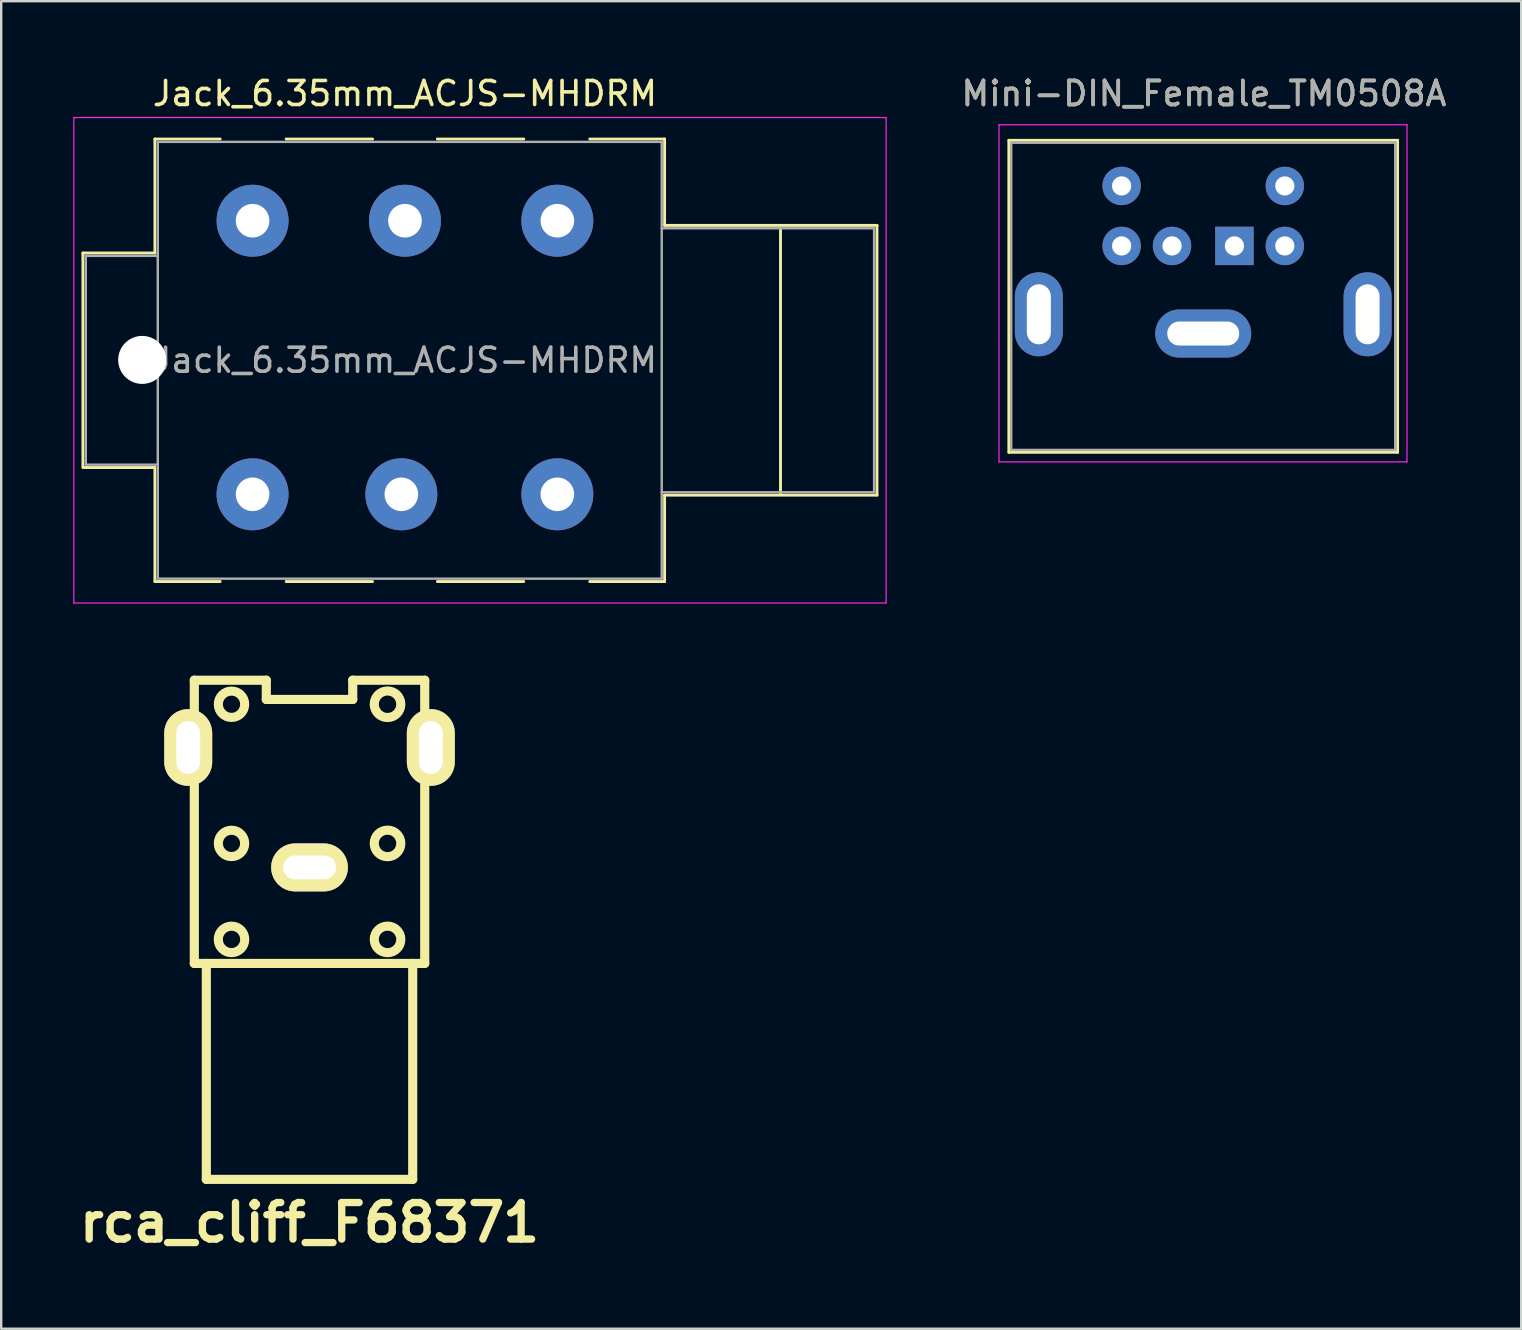
<source format=kicad_pcb>
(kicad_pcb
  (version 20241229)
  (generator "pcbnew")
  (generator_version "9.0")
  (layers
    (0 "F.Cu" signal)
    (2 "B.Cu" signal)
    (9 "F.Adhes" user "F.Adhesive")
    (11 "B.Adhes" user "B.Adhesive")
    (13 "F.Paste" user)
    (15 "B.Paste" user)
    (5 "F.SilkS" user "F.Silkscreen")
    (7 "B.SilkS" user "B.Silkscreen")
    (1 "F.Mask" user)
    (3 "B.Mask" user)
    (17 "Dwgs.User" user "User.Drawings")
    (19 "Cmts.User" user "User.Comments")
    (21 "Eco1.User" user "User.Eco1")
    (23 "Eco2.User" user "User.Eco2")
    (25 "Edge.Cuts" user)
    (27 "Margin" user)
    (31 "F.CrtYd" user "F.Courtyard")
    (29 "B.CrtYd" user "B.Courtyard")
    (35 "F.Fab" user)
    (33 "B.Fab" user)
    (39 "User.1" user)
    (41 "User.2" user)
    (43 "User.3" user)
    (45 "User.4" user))
  (footprint "rca_cliff_F68371"
    (layer "F.Cu")
    (at 9.848 32.096)
    (property "Reference" "rca_cliff_F68371" (at 0 15.799 0) (layer "F.SilkS") (effects (font (size 1.524 1.524) (thickness 0.305))))
    (attr through_hole)
    (fp_line (start -5.4 -4.9) (end -4.801 -4.9) (stroke (width 0.381) (type solid)) (layer "F.SilkS"))
    (fp_line (start -5.4 -3.099) (end -5.4 -4.9) (stroke (width 0.381) (type solid)) (layer "F.SilkS"))
    (fp_line (start -4.801 -6.8) (end -1.801 -6.8) (stroke (width 0.381) (type solid)) (layer "F.SilkS"))
    (fp_line (start -4.801 -3.099) (end -5.4 -3.099) (stroke (width 0.381) (type solid)) (layer "F.SilkS"))
    (fp_line (start -4.801 4.999) (end -4.801 -6.802) (stroke (width 0.381) (type solid)) (layer "F.SilkS"))
    (fp_line (start -4.3 5.001) (end -4.3 14) (stroke (width 0.381) (type solid)) (layer "F.SilkS"))
    (fp_line (start -4.3 14) (end 4.3 14) (stroke (width 0.381) (type solid)) (layer "F.SilkS"))
    (fp_line (start -1.801 -6.8) (end -1.801 -5.999) (stroke (width 0.381) (type solid)) (layer "F.SilkS"))
    (fp_line (start -1.801 -5.999) (end 1.801 -5.999) (stroke (width 0.381) (type solid)) (layer "F.SilkS"))
    (fp_line (start 1.801 -6.8) (end 4.801 -6.8) (stroke (width 0.381) (type solid)) (layer "F.SilkS"))
    (fp_line (start 1.801 -5.999) (end 1.801 -6.8) (stroke (width 0.381) (type solid)) (layer "F.SilkS"))
    (fp_line (start 4.3 14) (end 4.3 5.001) (stroke (width 0.381) (type solid)) (layer "F.SilkS"))
    (fp_line (start 4.801 -6.8) (end 4.801 5.001) (stroke (width 0.381) (type solid)) (layer "F.SilkS"))
    (fp_line (start 4.801 -4.9) (end 5.4 -4.9) (stroke (width 0.381) (type solid)) (layer "F.SilkS"))
    (fp_line (start 4.801 5.001) (end -4.801 5.001) (stroke (width 0.381) (type solid)) (layer "F.SilkS"))
    (fp_line (start 5.4 -4.9) (end 5.4 -3.099) (stroke (width 0.381) (type solid)) (layer "F.SilkS"))
    (fp_line (start 5.4 -3.099) (end 4.801 -3.099) (stroke (width 0.381) (type solid)) (layer "F.SilkS"))
    (fp_circle (center -3.251 -5.799) (end -3.8 -5.799) (stroke (width 0.381) (type solid)) (fill no) (layer "F.SilkS"))
    (fp_circle (center -3.251 0) (end -3.8 0) (stroke (width 0.381) (type solid)) (fill no) (layer "F.SilkS"))
    (fp_circle (center -3.251 4) (end -3.8 3.95) (stroke (width 0.381) (type solid)) (fill no) (layer "F.SilkS"))
    (fp_circle (center 3.251 -5.799) (end 2.7 -5.85) (stroke (width 0.381) (type solid)) (fill no) (layer "F.SilkS"))
    (fp_circle (center 3.251 0) (end 2.7 -0.051) (stroke (width 0.381) (type solid)) (fill no) (layer "F.SilkS"))
    (fp_circle (center 3.251 4) (end 2.7 4.049) (stroke (width 0.381) (type solid)) (fill no) (layer "F.SilkS"))
    (pad "1" thru_hole oval (at 0 1) (size 3.198 1.999) (drill oval 2.197 0.996) (layers "*.Cu" "*.Mask" "F.SilkS"))
    (pad "2" thru_hole oval (at -5.055 -3.998) (size 1.999 3.198) (drill oval 0.996 2.197) (layers "*.Cu" "*.Mask" "F.SilkS"))
    (pad "2" thru_hole oval (at 5.055 -3.998) (size 1.999 3.198) (drill oval 0.996 2.197) (layers "*.Cu" "*.Mask" "F.SilkS")))
  (footprint "Jack_6.35mm_ACJS-MHDRM"
    (layer "F.Cu")
    (at 7.475 3.848)
    (property "Reference" "Jack_6.35mm_ACJS-MHDRM" (at 6.35 -3 0) (layer "F.SilkS") (effects (font (size 1 1) (thickness 0.15))))
    (attr through_hole)
    (fp_line (start -7.07 3.645) (end -4.07 3.645) (stroke (width 0.12) (type solid)) (layer "F.SilkS"))
    (fp_line (start -7.07 12.545) (end -7.07 3.645) (stroke (width 0.12) (type solid)) (layer "F.SilkS"))
    (fp_line (start -7.07 12.585) (end -4.07 12.585) (stroke (width 0.12) (type solid)) (layer "F.SilkS"))
    (fp_line (start -4.07 -1.105) (end -1.35 -1.105) (stroke (width 0.12) (type solid)) (layer "F.SilkS"))
    (fp_line (start -4.07 3.645) (end -4.07 -1.105) (stroke (width 0.12) (type solid)) (layer "F.SilkS"))
    (fp_line (start -4.07 17.335) (end -4.07 12.585) (stroke (width 0.12) (type solid)) (layer "F.SilkS"))
    (fp_line (start -1.35 17.335) (end -4.07 17.335) (stroke (width 0.12) (type solid)) (layer "F.SilkS"))
    (fp_line (start 1.4 -1.105) (end 5 -1.105) (stroke (width 0.12) (type solid)) (layer "F.SilkS"))
    (fp_line (start 5 17.335) (end 1.4 17.335) (stroke (width 0.12) (type solid)) (layer "F.SilkS"))
    (fp_line (start 7.7 -1.105) (end 11.3 -1.105) (stroke (width 0.12) (type solid)) (layer "F.SilkS"))
    (fp_line (start 11.3 17.335) (end 7.7 17.335) (stroke (width 0.12) (type solid)) (layer "F.SilkS"))
    (fp_line (start 17.17 -1.105) (end 14.05 -1.105) (stroke (width 0.12) (type solid)) (layer "F.SilkS"))
    (fp_line (start 17.17 2.495) (end 17.17 -1.105) (stroke (width 0.12) (type solid)) (layer "F.SilkS"))
    (fp_line (start 17.17 2.495) (end 26.02 2.495) (stroke (width 0.12) (type solid)) (layer "F.SilkS"))
    (fp_line (start 17.17 13.735) (end 26.02 13.735) (stroke (width 0.12) (type solid)) (layer "F.SilkS"))
    (fp_line (start 17.17 17.335) (end 14.05 17.335) (stroke (width 0.12) (type solid)) (layer "F.SilkS"))
    (fp_line (start 17.17 17.335) (end 17.17 13.735) (stroke (width 0.12) (type solid)) (layer "F.SilkS"))
    (fp_line (start 22 2.6) (end 22 13.7) (stroke (width 0.12) (type solid)) (layer "F.SilkS"))
    (fp_line (start 26.02 13.735) (end 26.02 2.495) (stroke (width 0.12) (type solid)) (layer "F.SilkS"))
    (fp_line (start -7.45 18.23) (end -7.45 -2) (stroke (width 0.05) (type solid)) (layer "F.CrtYd"))
    (fp_line (start -7.45 18.23) (end 26.4 18.23) (stroke (width 0.05) (type solid)) (layer "F.CrtYd"))
    (fp_line (start 26.4 -2) (end -7.45 -2) (stroke (width 0.05) (type solid)) (layer "F.CrtYd"))
    (fp_line (start 26.4 18.23) (end 26.4 -2) (stroke (width 0.05) (type solid)) (layer "F.CrtYd"))
    (fp_line (start -6.95 3.765) (end -3.95 3.765) (stroke (width 0.1) (type solid)) (layer "F.Fab"))
    (fp_line (start -6.95 12.465) (end -6.95 3.765) (stroke (width 0.1) (type solid)) (layer "F.Fab"))
    (fp_line (start -6.95 12.465) (end -3.95 12.465) (stroke (width 0.1) (type solid)) (layer "F.Fab"))
    (fp_line (start -3.95 17.215) (end -3.95 -0.985) (stroke (width 0.1) (type solid)) (layer "F.Fab"))
    (fp_line (start 17.05 -0.985) (end -3.95 -0.985) (stroke (width 0.1) (type solid)) (layer "F.Fab"))
    (fp_line (start 17.05 17.215) (end -3.95 17.215) (stroke (width 0.1) (type solid)) (layer "F.Fab"))
    (fp_line (start 17.05 17.215) (end 17.05 -0.985) (stroke (width 0.1) (type solid)) (layer "F.Fab"))
    (fp_line (start 25.9 2.615) (end 17.05 2.615) (stroke (width 0.1) (type solid)) (layer "F.Fab"))
    (fp_line (start 25.9 13.615) (end 17.05 13.615) (stroke (width 0.1) (type solid)) (layer "F.Fab"))
    (fp_line (start 25.9 13.615) (end 25.9 2.615) (stroke (width 0.1) (type solid)) (layer "F.Fab"))
    (fp_text user "${REFERENCE}" (at 6.35 8.115 0) (layer "F.Fab") (effects (font (size 1 1) (thickness 0.15))))
    (pad "" np_thru_hole circle (at -4.6 8.1) (size 2 2) (drill 2) (layers "*.Cu" "*.Mask"))
    (pad "R" thru_hole circle (at 6.35 2.3) (size 3 3) (drill 1.4) (layers "*.Cu" "*.Mask"))
    (pad "RN" thru_hole circle (at 6.2 13.7) (size 3 3) (drill 1.4) (layers "*.Cu" "*.Mask"))
    (pad "S" thru_hole circle (at 12.7 2.3) (size 3 3) (drill 1.4) (layers "*.Cu" "*.Mask"))
    (pad "SN" thru_hole circle (at 12.7 13.7) (size 3 3) (drill 1.4) (layers "*.Cu" "*.Mask"))
    (pad "T" thru_hole circle (at 0 2.3) (size 3 3) (drill 1.4) (layers "*.Cu" "*.Mask"))
    (pad "TN" thru_hole circle (at 0 13.7) (size 3 3) (drill 1.4) (layers "*.Cu" "*.Mask")))
  (footprint "Mini-DIN_Female_TM0508A"
    (layer "F.Cu")
    (at 48.39 7.198)
    (property "Reference" "Mini-DIN_Female_TM0508A" (at -1.27 -6.35 0) (layer "F.SilkS") (effects (font (size 1 1) (thickness 0.15))))
    (attr through_hole)
    (fp_line (start -9.4 -4.4) (end -9.4 8.6) (stroke (width 0.12) (type solid)) (layer "F.SilkS"))
    (fp_line (start -9.4 -4.4) (end 6.8 -4.4) (stroke (width 0.12) (type solid)) (layer "F.SilkS"))
    (fp_line (start -9.4 8.6) (end 6.8 8.6) (stroke (width 0.12) (type solid)) (layer "F.SilkS"))
    (fp_line (start 6.8 -4.4) (end 6.8 8.6) (stroke (width 0.12) (type solid)) (layer "F.SilkS"))
    (fp_line (start -9.81 -5.05) (end -9.81 9) (stroke (width 0.05) (type solid)) (layer "F.CrtYd"))
    (fp_line (start -9.81 -5.05) (end 7.19 -5.05) (stroke (width 0.05) (type solid)) (layer "F.CrtYd"))
    (fp_line (start 7.19 9) (end -9.81 9) (stroke (width 0.05) (type solid)) (layer "F.CrtYd"))
    (fp_line (start 7.19 9) (end 7.19 -5.05) (stroke (width 0.05) (type solid)) (layer "F.CrtYd"))
    (fp_line (start -9.3 -4.3) (end 6.7 -4.3) (stroke (width 0.1) (type solid)) (layer "F.Fab"))
    (fp_line (start -9.3 8.5) (end -9.3 -4.3) (stroke (width 0.1) (type solid)) (layer "F.Fab"))
    (fp_line (start 6.7 -4.3) (end 6.7 8.5) (stroke (width 0.1) (type solid)) (layer "F.Fab"))
    (fp_line (start 6.7 8.5) (end -9.3 8.5) (stroke (width 0.1) (type solid)) (layer "F.Fab"))
    (fp_text user "${REFERENCE}" (at -1.27 -6.35 0) (layer "F.Fab") (effects (font (size 1 1) (thickness 0.15))))
    (pad "1" thru_hole rect (at 0 0) (size 1.6 1.6) (drill 0.8) (layers "*.Cu" "*.Mask"))
    (pad "2" thru_hole circle (at -2.6 0) (size 1.6 1.6) (drill 0.8) (layers "*.Cu" "*.Mask"))
    (pad "3" thru_hole circle (at 2.1 0) (size 1.6 1.6) (drill 0.8) (layers "*.Cu" "*.Mask"))
    (pad "4" thru_hole circle (at -4.7 0) (size 1.6 1.6) (drill 0.8) (layers "*.Cu" "*.Mask"))
    (pad "5" thru_hole circle (at 2.1 -2.5) (size 1.6 1.6) (drill 0.8) (layers "*.Cu" "*.Mask"))
    (pad "6" thru_hole circle (at -4.7 -2.5) (size 1.6 1.6) (drill 0.8) (layers "*.Cu" "*.Mask"))
    (pad "7" thru_hole oval (at -8.15 2.85) (size 2 3.5) (drill oval 1 2.5) (layers "*.Cu" "*.Mask"))
    (pad "7" thru_hole oval (at -1.3 3.65) (size 4 2) (drill oval 3 1) (layers "*.Cu" "*.Mask"))
    (pad "7" thru_hole oval (at 5.55 2.85) (size 2 3.5) (drill oval 1 2.5) (layers "*.Cu" "*.Mask")))
  (gr_rect
    (start -3 -3)
    (end 60.34 52.321)
    (stroke (width 0.1) (type default))
    (fill no)
    (layer "Edge.Cuts")))
</source>
